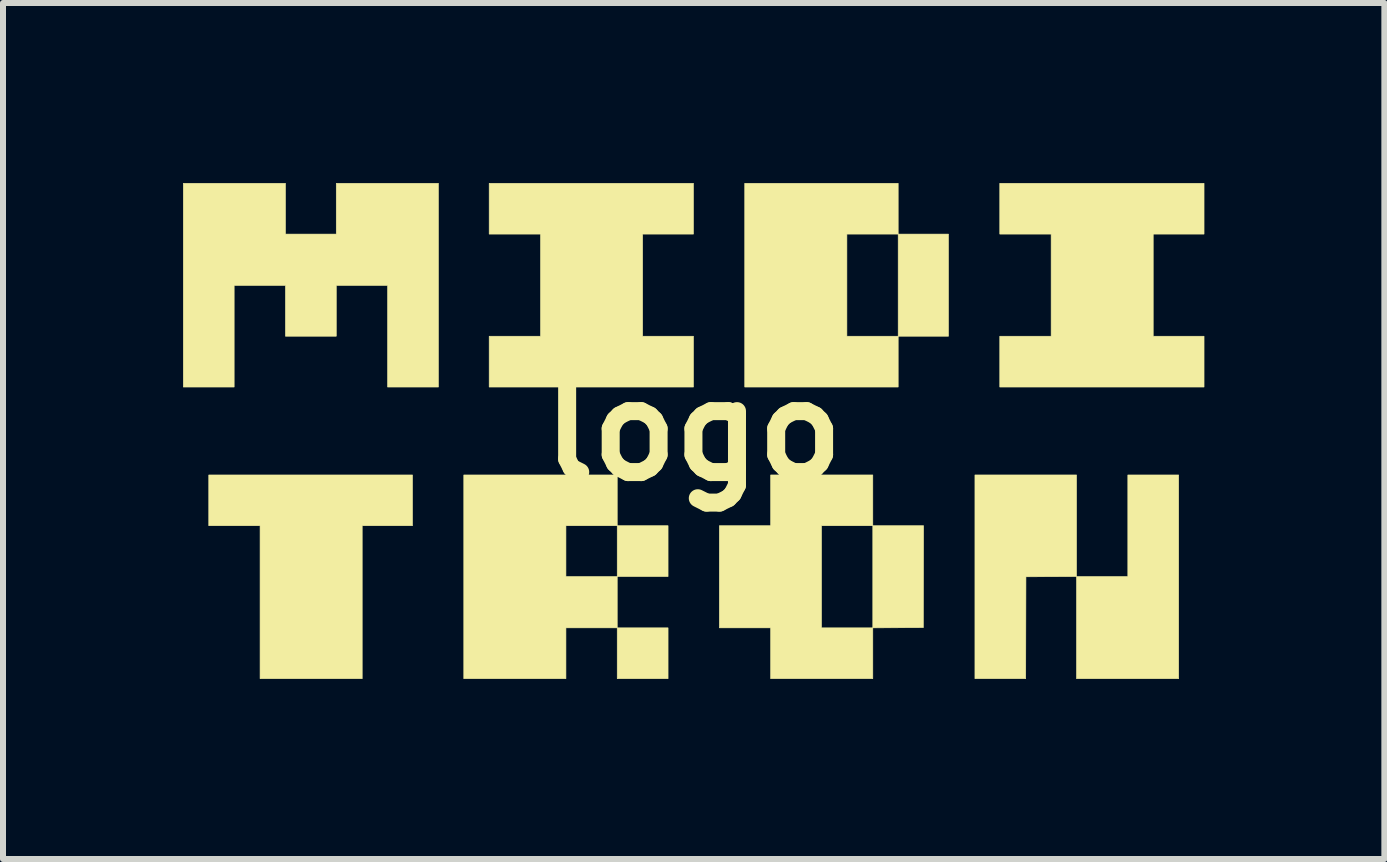
<source format=kicad_pcb>
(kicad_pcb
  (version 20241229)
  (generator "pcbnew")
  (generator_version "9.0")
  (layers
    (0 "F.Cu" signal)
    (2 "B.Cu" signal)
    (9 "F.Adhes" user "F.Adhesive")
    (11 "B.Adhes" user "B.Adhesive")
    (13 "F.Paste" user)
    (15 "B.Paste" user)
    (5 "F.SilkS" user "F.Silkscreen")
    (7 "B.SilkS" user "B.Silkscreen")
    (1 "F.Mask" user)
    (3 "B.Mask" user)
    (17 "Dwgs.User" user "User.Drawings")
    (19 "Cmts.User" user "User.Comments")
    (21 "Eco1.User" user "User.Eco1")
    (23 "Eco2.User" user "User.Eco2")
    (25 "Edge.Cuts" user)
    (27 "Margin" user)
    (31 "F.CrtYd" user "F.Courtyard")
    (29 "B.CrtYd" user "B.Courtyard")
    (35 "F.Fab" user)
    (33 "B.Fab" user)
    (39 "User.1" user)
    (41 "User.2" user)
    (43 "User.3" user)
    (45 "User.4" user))
  (footprint "logo"
    (layer "F.Cu")
    (at 8.506 4.128)
    (property "Reference" "logo" (at 0 0 0) (layer "F.SilkS") (effects (font (size 1.524 1.524) (thickness 0.3))))
    (attr through_hole)
    (fp_poly (pts (xy -0.423 4.132) (xy -1.27 4.132) (xy -1.27 3.285) (xy -0.423 3.285) (xy -0.423 4.132)) (stroke (width 0.01) (type solid)) (fill yes) (layer "F.SilkS"))
    (fp_poly (pts (xy 8.086 4.132) (xy 6.384 4.132) (xy 6.384 2.43) (xy 7.239 2.43) (xy 7.239 0.737) (xy 8.086 0.737) (xy 8.086 4.132)) (stroke (width 0.01) (type solid)) (fill yes) (layer "F.SilkS"))
    (fp_poly (pts (xy -4.682 1.583) (xy -5.52 1.583) (xy -5.52 4.132) (xy -7.222 4.132) (xy -7.222 1.583) (xy -8.077 1.583) (xy -8.077 0.737) (xy -4.682 0.737) (xy -4.682 1.583)) (stroke (width 0.01) (type solid)) (fill yes) (layer "F.SilkS"))
    (fp_poly (pts (xy 6.384 2.43) (xy 5.963 2.432) (xy 5.541 2.434) (xy 5.539 3.283) (xy 5.537 4.132) (xy 4.691 4.132) (xy 4.691 0.737) (xy 6.384 0.737) (xy 6.384 2.43)) (stroke (width 0.01) (type solid)) (fill yes) (layer "F.SilkS"))
    (fp_poly (pts (xy 0 -3.277) (xy -0.847 -3.277) (xy -0.847 -1.575) (xy 0 -1.575) (xy 0 -0.728) (xy -3.404 -0.728) (xy -3.404 -1.575) (xy -2.548 -1.575) (xy -2.548 -3.277) (xy -3.404 -3.277) (xy -3.404 -4.123) (xy 0 -4.123) (xy 0 -3.277)) (stroke (width 0.01) (type solid)) (fill yes) (layer "F.SilkS"))
    (fp_poly (pts (xy 8.509 -3.277) (xy 7.662 -3.277) (xy 7.662 -1.575) (xy 8.509 -1.575) (xy 8.509 -0.728) (xy 5.105 -0.728) (xy 5.105 -1.575) (xy 5.961 -1.575) (xy 5.961 -3.277) (xy 5.105 -3.277) (xy 5.105 -4.123) (xy 8.509 -4.123) (xy 8.509 -3.277)) (stroke (width 0.01) (type solid)) (fill yes) (layer "F.SilkS"))
    (fp_poly (pts (xy 4.25 -3.277) (xy 4.25 -1.575) (xy 3.412 -1.575) (xy 3.412 -0.728) (xy 0.855 -0.728) (xy 0.855 -3.277) (xy 2.557 -3.277) (xy 2.557 -1.575) (xy 3.412 -1.575) (xy 3.412 -3.277) (xy 2.557 -3.277) (xy 0.855 -3.277) (xy 0.855 -4.123) (xy 3.412 -4.123) (xy 3.412 -3.277) (xy 4.25 -3.277)) (stroke (width 0.01) (type solid)) (fill yes) (layer "F.SilkS"))
    (fp_poly (pts (xy -6.799 -3.277) (xy -5.952 -3.277) (xy -5.952 -4.123) (xy -4.25 -4.123) (xy -4.25 -0.728) (xy -5.097 -0.728) (xy -5.097 -2.421) (xy -5.952 -2.421) (xy -5.952 -1.575) (xy -6.799 -1.575) (xy -6.799 -2.421) (xy -7.654 -2.421) (xy -7.654 -0.728) (xy -8.501 -0.728) (xy -8.501 -4.123) (xy -6.799 -4.123) (xy -6.799 -3.277)) (stroke (width 0.01) (type solid)) (fill yes) (layer "F.SilkS"))
    (fp_poly (pts (xy -0.423 1.583) (xy -0.423 2.43) (xy -1.27 2.43) (xy -1.27 3.285) (xy -2.125 3.285) (xy -2.125 4.132) (xy -3.827 4.132) (xy -3.827 1.583) (xy -2.125 1.583) (xy -2.125 2.43) (xy -1.27 2.43) (xy -1.27 1.583) (xy -2.125 1.583) (xy -3.827 1.583) (xy -3.827 0.737) (xy -1.27 0.737) (xy -1.27 1.583) (xy -0.423 1.583)) (stroke (width 0.01) (type solid)) (fill yes) (layer "F.SilkS"))
    (fp_poly (pts (xy 3.835 1.583) (xy 3.831 3.281) (xy 2.989 3.285) (xy 2.989 4.132) (xy 1.287 4.132) (xy 1.287 3.285) (xy 0.432 3.285) (xy 0.432 1.583) (xy 1.287 1.583) (xy 2.134 1.583) (xy 2.134 3.285) (xy 2.989 3.285) (xy 2.989 1.583) (xy 2.134 1.583) (xy 1.287 1.583) (xy 1.287 0.737) (xy 2.989 0.737) (xy 2.989 1.583) (xy 3.835 1.583)) (stroke (width 0.01) (type solid)) (fill yes) (layer "F.SilkS")))
  (gr_rect
    (start -3 -3)
    (end 20.02 11.265)
    (stroke (width 0.1) (type default))
    (fill no)
    (layer "Edge.Cuts")))
</source>
